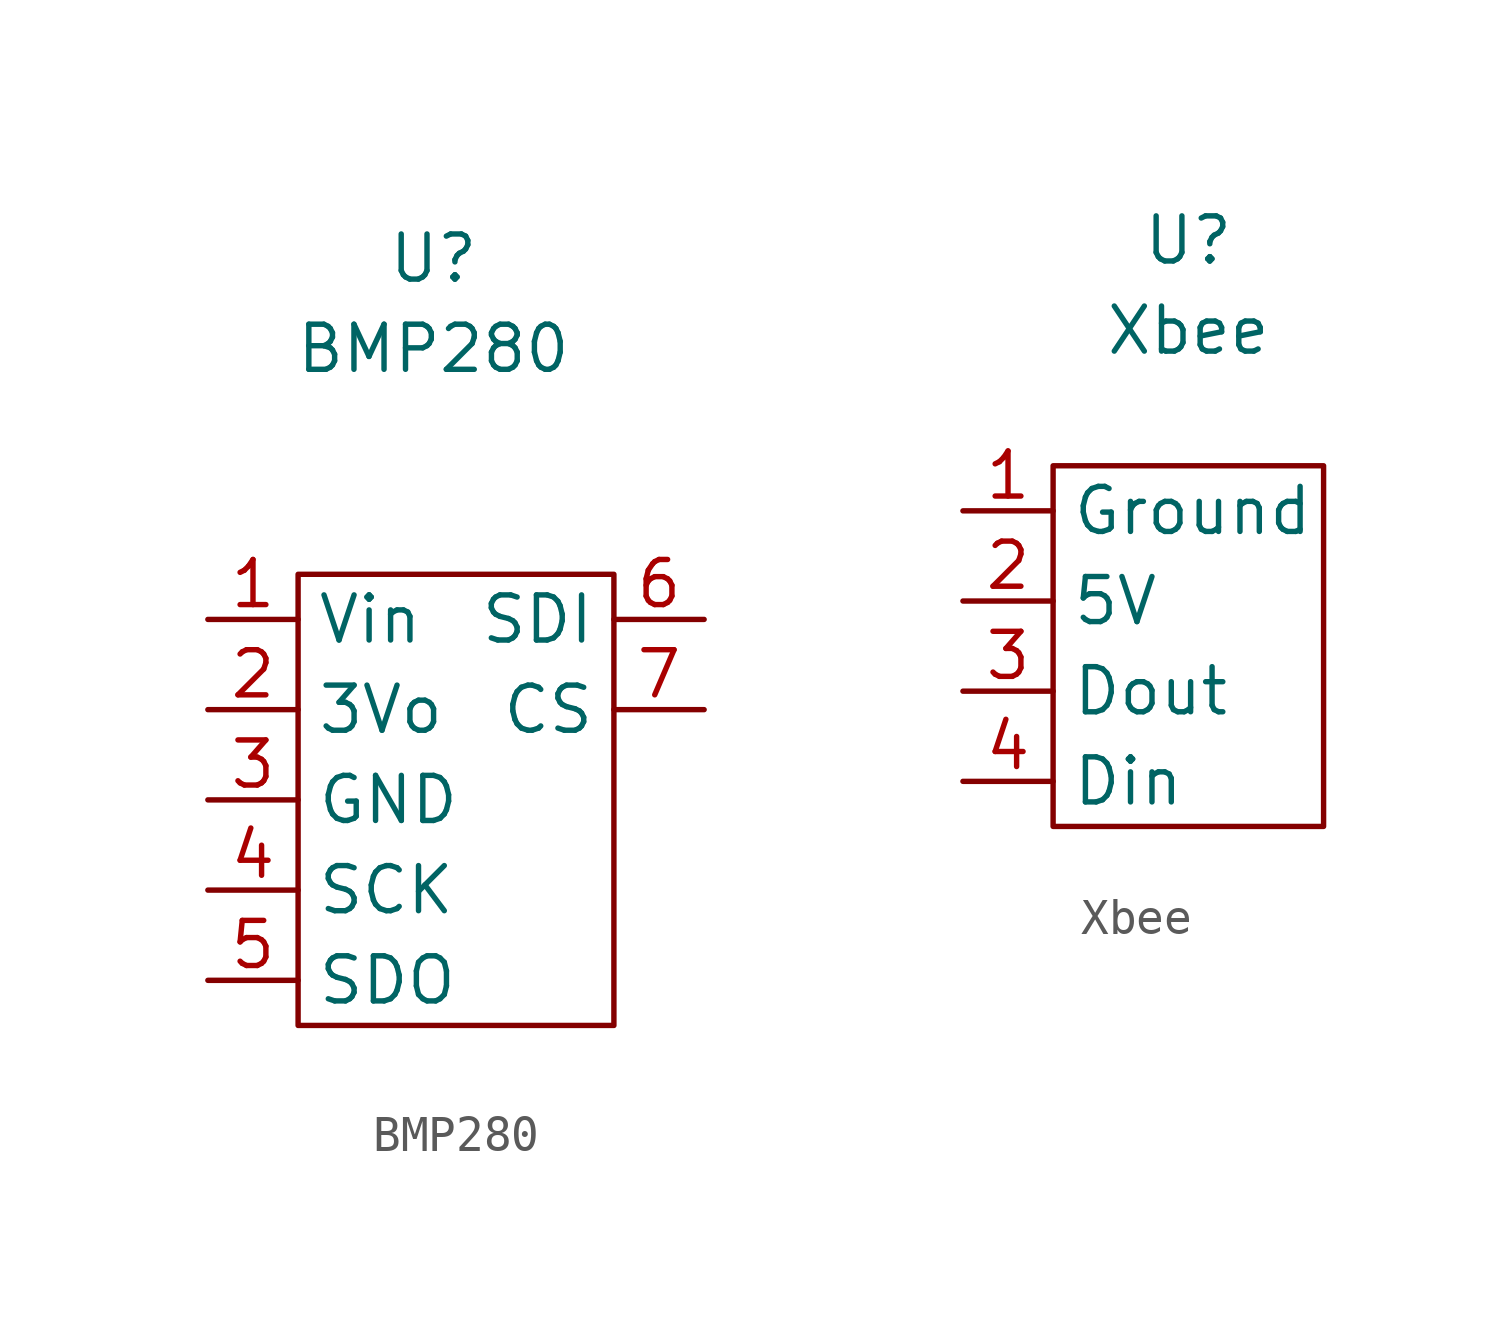
<source format=kicad_sym>
(kicad_symbol_lib
  (version 20211014)
  (generator kicad_symbol_editor)
  (symbol "BMP280"
    (property "Reference" "U"
      (at 0 8.89 0)
      (effects (font (size 1.27 1.27))))
    (property "Value" "BMP280"
      (at 0 6.35 0)
      (effects (font (size 1.27 1.27))))
    (symbol "BMP280_0_1"
      (rectangle (start -3.81 0) (end 5.08 -12.7) (stroke (width 0) (type default) (color 0 0 0 0)) (fill (type none))))
    (symbol "BMP280_1_1"
      (pin input line (at -6.35 -1.27 0) (length 2.54) (name "Vin" (effects (font (size 1.27 1.27)))) (number "1" (effects (font (size 1.27 1.27)))))
      (pin input line (at -6.35 -3.81 0) (length 2.54) (name "3Vo" (effects (font (size 1.27 1.27)))) (number "2" (effects (font (size 1.27 1.27)))))
      (pin input line (at -6.35 -6.35 0) (length 2.54) (name "GND" (effects (font (size 1.27 1.27)))) (number "3" (effects (font (size 1.27 1.27)))))
      (pin input line (at -6.35 -8.89 0) (length 2.54) (name "SCK" (effects (font (size 1.27 1.27)))) (number "4" (effects (font (size 1.27 1.27)))))
      (pin input line (at -6.35 -11.43 0) (length 2.54) (name "SDO" (effects (font (size 1.27 1.27)))) (number "5" (effects (font (size 1.27 1.27)))))
      (pin input line (at 7.62 -1.27 180) (length 2.54) (name "SDI" (effects (font (size 1.27 1.27)))) (number "6" (effects (font (size 1.27 1.27)))))
      (pin input line (at 7.62 -3.81 180) (length 2.54) (name "CS" (effects (font (size 1.27 1.27)))) (number "7" (effects (font (size 1.27 1.27)))))))
  (symbol "Xbee"
    (property "Reference" "U"
      (at 0 11.43 0)
      (effects (font (size 1.27 1.27))))
    (property "Value" "Xbee"
      (at 0 8.89 0)
      (effects (font (size 1.27 1.27))))
    (symbol "Xbee_0_1"
      (rectangle (start -3.81 5.08) (end 3.81 -5.08) (stroke (width 0) (type default) (color 0 0 0 0)) (fill (type none))))
    (symbol "Xbee_1_1"
      (pin input line (at -6.35 3.81 0) (length 2.54) (name "Ground" (effects (font (size 1.27 1.27)))) (number "1" (effects (font (size 1.27 1.27)))))
      (pin input line (at -6.35 1.27 0) (length 2.54) (name "5V" (effects (font (size 1.27 1.27)))) (number "2" (effects (font (size 1.27 1.27)))))
      (pin input line (at -6.35 -1.27 0) (length 2.54) (name "Dout" (effects (font (size 1.27 1.27)))) (number "3" (effects (font (size 1.27 1.27)))))
      (pin input line (at -6.35 -3.81 0) (length 2.54) (name "Din" (effects (font (size 1.27 1.27)))) (number "4" (effects (font (size 1.27 1.27))))))))
</source>
